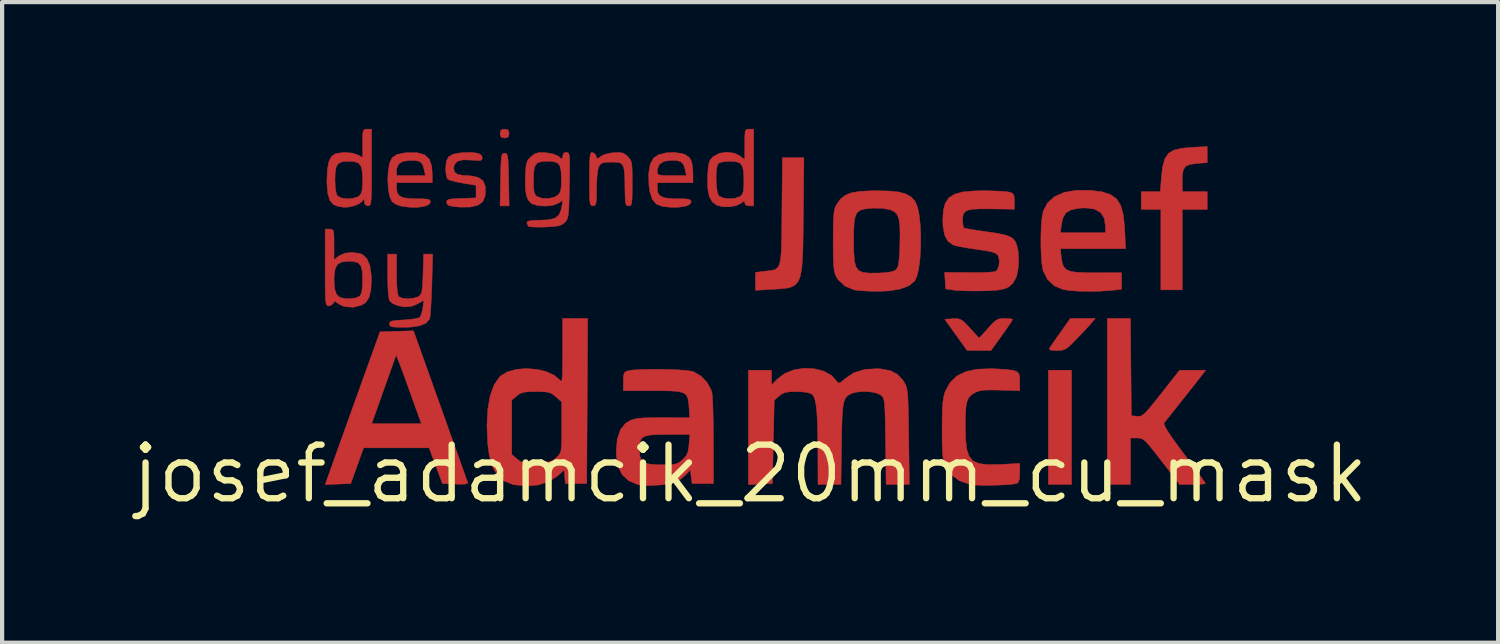
<source format=kicad_pcb>
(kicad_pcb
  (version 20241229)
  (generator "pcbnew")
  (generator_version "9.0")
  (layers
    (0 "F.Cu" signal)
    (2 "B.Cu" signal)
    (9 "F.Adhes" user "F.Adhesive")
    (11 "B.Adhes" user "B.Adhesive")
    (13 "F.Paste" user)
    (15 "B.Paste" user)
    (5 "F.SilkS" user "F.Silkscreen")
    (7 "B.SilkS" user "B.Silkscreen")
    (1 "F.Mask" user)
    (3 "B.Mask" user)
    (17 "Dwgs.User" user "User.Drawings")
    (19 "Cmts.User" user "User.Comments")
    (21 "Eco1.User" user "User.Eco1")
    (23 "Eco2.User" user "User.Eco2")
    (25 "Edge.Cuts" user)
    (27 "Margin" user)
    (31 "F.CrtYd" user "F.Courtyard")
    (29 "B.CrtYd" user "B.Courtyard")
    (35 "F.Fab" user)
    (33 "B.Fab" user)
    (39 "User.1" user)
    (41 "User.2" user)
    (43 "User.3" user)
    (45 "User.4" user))
  (footprint "josef_adamcik_20mm_cu_mask"
    (layer "F.Cu")
    (at 14.733 8.181)
    (property "Reference" "josef_adamcik_20mm_cu_mask" (at 0 0 0) (layer "F.SilkS") (effects (font (size 1.27 1.27) (thickness 0.15))))
    (attr through_hole)
    (fp_poly (pts (xy 7.62 0.254) (xy 7.07 0.254) (xy 7.07 -2.455) (xy 7.62 -2.455) (xy 7.62 0.254)) (stroke (width 0.01) (type solid)) (fill yes) (layer "F.Cu"))
    (fp_poly (pts (xy -5.74 -8.153) (xy -5.715 -8.084) (xy -5.715 -8.065) (xy -5.732 -7.984) (xy -5.801 -7.959) (xy -5.821 -7.959) (xy -5.901 -7.976) (xy -5.926 -8.045) (xy -5.927 -8.065) (xy -5.909 -8.145) (xy -5.84 -8.17) (xy -5.821 -8.17) (xy -5.74 -8.153)) (stroke (width 0.01) (type solid)) (fill yes) (layer "F.Cu"))
    (fp_poly (pts (xy -5.788 -7.594) (xy -5.765 -7.572) (xy -5.749 -7.52) (xy -5.738 -7.425) (xy -5.731 -7.274) (xy -5.726 -7.055) (xy -5.724 -6.974) (xy -5.713 -6.35) (xy -5.929 -6.35) (xy -5.917 -6.974) (xy -5.912 -7.216) (xy -5.906 -7.386) (xy -5.897 -7.496) (xy -5.883 -7.56) (xy -5.862 -7.59) (xy -5.832 -7.599) (xy -5.821 -7.599) (xy -5.788 -7.594)) (stroke (width 0.01) (type solid)) (fill yes) (layer "F.Cu"))
    (fp_poly (pts (xy 8.104 -3.588) (xy 8.04 -3.515) (xy 7.935 -3.401) (xy 7.807 -3.267) (xy 7.75 -3.207) (xy 7.618 -3.073) (xy 7.525 -2.989) (xy 7.45 -2.944) (xy 7.374 -2.925) (xy 7.278 -2.921) (xy 7.269 -2.921) (xy 7.145 -2.927) (xy 7.093 -2.947) (xy 7.096 -2.974) (xy 7.133 -3.03) (xy 7.206 -3.137) (xy 7.304 -3.276) (xy 7.36 -3.355) (xy 7.592 -3.683) (xy 8.183 -3.683) (xy 8.104 -3.588)) (stroke (width 0.01) (type solid)) (fill yes) (layer "F.Cu"))
    (fp_poly (pts (xy 6.148 -3.678) (xy 6.215 -3.665) (xy 6.223 -3.658) (xy 6.2 -3.615) (xy 6.137 -3.52) (xy 6.045 -3.387) (xy 5.966 -3.277) (xy 5.709 -2.921) (xy 5.426 -2.922) (xy 5.144 -2.924) (xy 4.878 -3.293) (xy 4.613 -3.662) (xy 4.805 -3.675) (xy 4.906 -3.678) (xy 4.981 -3.662) (xy 5.053 -3.616) (xy 5.145 -3.525) (xy 5.214 -3.451) (xy 5.43 -3.214) (xy 5.64 -3.448) (xy 5.752 -3.57) (xy 5.834 -3.64) (xy 5.91 -3.673) (xy 6.002 -3.683) (xy 6.036 -3.683) (xy 6.148 -3.678)) (stroke (width 0.01) (type solid)) (fill yes) (layer "F.Cu"))
    (fp_poly (pts (xy 10.837 -7.376) (xy 10.607 -7.357) (xy 10.431 -7.334) (xy 10.323 -7.287) (xy 10.267 -7.199) (xy 10.246 -7.053) (xy 10.245 -6.959) (xy 10.245 -6.689) (xy 10.837 -6.689) (xy 10.837 -6.265) (xy 10.245 -6.265) (xy 10.245 -4.36) (xy 9.737 -4.36) (xy 9.737 -6.265) (xy 9.271 -6.265) (xy 9.271 -6.689) (xy 9.724 -6.689) (xy 9.75 -7.021) (xy 9.779 -7.279) (xy 9.83 -7.465) (xy 9.914 -7.592) (xy 10.044 -7.672) (xy 10.233 -7.716) (xy 10.464 -7.737) (xy 10.837 -7.759) (xy 10.837 -7.376)) (stroke (width 0.01) (type solid)) (fill yes) (layer "F.Cu"))
    (fp_poly (pts (xy 1.262 -6.128) (xy 1.258 -5.702) (xy 1.252 -5.354) (xy 1.241 -5.074) (xy 1.222 -4.856) (xy 1.191 -4.69) (xy 1.145 -4.57) (xy 1.081 -4.488) (xy 0.996 -4.435) (xy 0.886 -4.403) (xy 0.748 -4.386) (xy 0.578 -4.375) (xy 0.525 -4.372) (xy 0.127 -4.348) (xy 0.127 -4.774) (xy 0.355 -4.802) (xy 0.461 -4.815) (xy 0.545 -4.828) (xy 0.611 -4.852) (xy 0.66 -4.895) (xy 0.696 -4.965) (xy 0.72 -5.072) (xy 0.735 -5.224) (xy 0.744 -5.431) (xy 0.748 -5.7) (xy 0.752 -6.042) (xy 0.753 -6.22) (xy 0.766 -7.493) (xy 1.275 -7.493) (xy 1.262 -6.128)) (stroke (width 0.01) (type solid)) (fill yes) (layer "F.Cu"))
    (fp_poly (pts (xy -7.892 -7.611) (xy -7.721 -7.563) (xy -7.61 -7.463) (xy -7.551 -7.304) (xy -7.535 -7.11) (xy -7.535 -6.9) (xy -8.382 -6.9) (xy -8.382 -6.776) (xy -8.367 -6.661) (xy -8.312 -6.585) (xy -8.207 -6.541) (xy -8.037 -6.522) (xy -7.913 -6.519) (xy -7.745 -6.517) (xy -7.644 -6.509) (xy -7.594 -6.489) (xy -7.578 -6.455) (xy -7.578 -6.44) (xy -7.616 -6.382) (xy -7.72 -6.34) (xy -7.87 -6.317) (xy -8.049 -6.316) (xy -8.238 -6.339) (xy -8.295 -6.351) (xy -8.41 -6.394) (xy -8.491 -6.453) (xy -8.495 -6.458) (xy -8.546 -6.578) (xy -8.579 -6.758) (xy -8.59 -6.975) (xy -8.581 -7.165) (xy -8.577 -7.191) (xy -8.382 -7.191) (xy -8.382 -7.07) (xy -7.698 -7.07) (xy -7.727 -7.207) (xy -7.764 -7.331) (xy -7.823 -7.398) (xy -7.928 -7.426) (xy -8.039 -7.429) (xy -8.22 -7.409) (xy -8.331 -7.346) (xy -8.379 -7.236) (xy -8.382 -7.191) (xy -8.577 -7.191) (xy -8.549 -7.362) (xy -8.486 -7.491) (xy -8.375 -7.567) (xy -8.203 -7.605) (xy -8.13 -7.612) (xy -7.892 -7.611)) (stroke (width 0.01) (type solid)) (fill yes) (layer "F.Cu"))
    (fp_poly (pts (xy -6.446 -7.597) (xy -6.367 -7.549) (xy -6.35 -7.493) (xy -6.358 -7.447) (xy -6.393 -7.426) (xy -6.477 -7.425) (xy -6.597 -7.435) (xy -6.803 -7.442) (xy -6.938 -7.409) (xy -7.011 -7.333) (xy -7.027 -7.242) (xy -7.007 -7.152) (xy -6.937 -7.098) (xy -6.804 -7.073) (xy -6.706 -7.07) (xy -6.566 -7.055) (xy -6.444 -7.024) (xy -6.33 -6.944) (xy -6.275 -6.804) (xy -6.279 -6.608) (xy -6.285 -6.576) (xy -6.34 -6.449) (xy -6.453 -6.366) (xy -6.628 -6.323) (xy -6.871 -6.32) (xy -7.059 -6.338) (xy -7.161 -6.366) (xy -7.196 -6.423) (xy -7.197 -6.436) (xy -7.188 -6.476) (xy -7.15 -6.501) (xy -7.068 -6.516) (xy -6.923 -6.525) (xy -6.847 -6.528) (xy -6.498 -6.54) (xy -6.498 -6.837) (xy -6.813 -6.889) (xy -6.971 -6.92) (xy -7.098 -6.953) (xy -7.169 -6.983) (xy -7.173 -6.986) (xy -7.199 -7.053) (xy -7.215 -7.17) (xy -7.218 -7.24) (xy -7.203 -7.404) (xy -7.149 -7.512) (xy -7.043 -7.575) (xy -6.871 -7.607) (xy -6.818 -7.612) (xy -6.595 -7.618) (xy -6.446 -7.597)) (stroke (width 0.01) (type solid)) (fill yes) (layer "F.Cu"))
    (fp_poly (pts (xy 9.027 -2.529) (xy 9.038 -1.376) (xy 9.174 -1.363) (xy 9.227 -1.361) (xy 9.277 -1.375) (xy 9.333 -1.413) (xy 9.405 -1.484) (xy 9.503 -1.598) (xy 9.636 -1.764) (xy 9.746 -1.902) (xy 10.181 -2.455) (xy 10.492 -2.455) (xy 10.802 -2.455) (xy 10.578 -2.17) (xy 10.442 -1.996) (xy 10.282 -1.795) (xy 10.13 -1.603) (xy 10.101 -1.566) (xy 9.988 -1.423) (xy 9.892 -1.302) (xy 9.827 -1.22) (xy 9.811 -1.199) (xy 9.821 -1.146) (xy 9.884 -1.032) (xy 10.001 -0.857) (xy 10.173 -0.619) (xy 10.284 -0.47) (xy 10.439 -0.262) (xy 10.576 -0.078) (xy 10.685 0.072) (xy 10.761 0.178) (xy 10.794 0.229) (xy 10.795 0.232) (xy 10.756 0.242) (xy 10.654 0.25) (xy 10.509 0.254) (xy 10.488 0.254) (xy 10.181 0.254) (xy 9.758 -0.296) (xy 9.6 -0.5) (xy 9.483 -0.646) (xy 9.398 -0.744) (xy 9.332 -0.804) (xy 9.278 -0.834) (xy 9.223 -0.845) (xy 9.176 -0.847) (xy 9.017 -0.847) (xy 9.017 0.254) (xy 8.467 0.254) (xy 8.467 -3.683) (xy 9.016 -3.683) (xy 9.027 -2.529)) (stroke (width 0.01) (type solid)) (fill yes) (layer "F.Cu"))
    (fp_poly (pts (xy -1.61 -7.59) (xy -1.527 -7.558) (xy -1.439 -7.493) (xy -1.386 -7.397) (xy -1.36 -7.252) (xy -1.355 -7.101) (xy -1.355 -6.9) (xy -2.201 -6.9) (xy -2.201 -6.776) (xy -2.186 -6.661) (xy -2.132 -6.585) (xy -2.026 -6.541) (xy -1.856 -6.522) (xy -1.733 -6.519) (xy -1.564 -6.517) (xy -1.463 -6.509) (xy -1.414 -6.489) (xy -1.398 -6.455) (xy -1.397 -6.44) (xy -1.436 -6.381) (xy -1.543 -6.34) (xy -1.701 -6.318) (xy -1.896 -6.318) (xy -2.08 -6.337) (xy -2.22 -6.391) (xy -2.318 -6.505) (xy -2.378 -6.687) (xy -2.399 -6.842) (xy -2.405 -7.123) (xy -2.397 -7.167) (xy -2.201 -7.167) (xy -2.197 -7.119) (xy -2.172 -7.09) (xy -2.109 -7.075) (xy -1.991 -7.07) (xy -1.857 -7.07) (xy -1.513 -7.07) (xy -1.541 -7.206) (xy -1.577 -7.328) (xy -1.638 -7.396) (xy -1.745 -7.425) (xy -1.868 -7.429) (xy -2.044 -7.407) (xy -2.152 -7.337) (xy -2.199 -7.216) (xy -2.201 -7.167) (xy -2.397 -7.167) (xy -2.369 -7.335) (xy -2.291 -7.48) (xy -2.179 -7.56) (xy -1.998 -7.607) (xy -1.796 -7.617) (xy -1.61 -7.59)) (stroke (width 0.01) (type solid)) (fill yes) (layer "F.Cu"))
    (fp_poly (pts (xy -7.348 -1.62) (xy -7.216 -1.251) (xy -7.093 -0.905) (xy -6.981 -0.592) (xy -6.883 -0.319) (xy -6.803 -0.094) (xy -6.744 0.073) (xy -6.707 0.175) (xy -6.697 0.203) (xy -6.706 0.232) (xy -6.768 0.246) (xy -6.894 0.248) (xy -6.986 0.245) (xy -7.295 0.233) (xy -7.453 -0.191) (xy -7.611 -0.614) (xy -9.163 -0.614) (xy -9.467 0.233) (xy -10.075 0.258) (xy -9.927 -0.157) (xy -9.877 -0.297) (xy -9.803 -0.505) (xy -9.709 -0.766) (xy -9.601 -1.068) (xy -9.559 -1.185) (xy -8.972 -1.185) (xy -7.793 -1.185) (xy -7.851 -1.344) (xy -7.887 -1.444) (xy -7.944 -1.603) (xy -8.015 -1.8) (xy -8.091 -2.013) (xy -8.098 -2.032) (xy -8.174 -2.241) (xy -8.244 -2.433) (xy -8.301 -2.586) (xy -8.338 -2.682) (xy -8.34 -2.688) (xy -8.392 -2.815) (xy -8.467 -2.603) (xy -8.509 -2.487) (xy -8.571 -2.311) (xy -8.648 -2.097) (xy -8.73 -1.867) (xy -8.757 -1.789) (xy -8.972 -1.185) (xy -9.559 -1.185) (xy -9.483 -1.398) (xy -9.359 -1.742) (xy -9.278 -1.968) (xy -8.775 -3.365) (xy -8.378 -3.377) (xy -7.98 -3.389) (xy -7.348 -1.62)) (stroke (width 0.01) (type solid)) (fill yes) (layer "F.Cu"))
    (fp_poly (pts (xy 8.077 -6.718) (xy 8.342 -6.684) (xy 8.542 -6.621) (xy 8.686 -6.518) (xy 8.784 -6.364) (xy 8.845 -6.151) (xy 8.876 -5.867) (xy 8.88 -5.797) (xy 8.902 -5.334) (xy 7.355 -5.334) (xy 7.377 -5.139) (xy 7.398 -5.005) (xy 7.434 -4.907) (xy 7.496 -4.84) (xy 7.598 -4.798) (xy 7.751 -4.775) (xy 7.967 -4.766) (xy 8.193 -4.765) (xy 8.805 -4.767) (xy 8.805 -4.372) (xy 8.545 -4.345) (xy 8.308 -4.328) (xy 8.048 -4.323) (xy 7.794 -4.328) (xy 7.572 -4.344) (xy 7.421 -4.367) (xy 7.212 -4.455) (xy 7.049 -4.607) (xy 6.947 -4.811) (xy 6.942 -4.829) (xy 6.917 -4.974) (xy 6.901 -5.177) (xy 6.893 -5.413) (xy 6.894 -5.66) (xy 6.896 -5.715) (xy 7.354 -5.715) (xy 8.424 -5.715) (xy 8.424 -5.861) (xy 8.396 -6.056) (xy 8.308 -6.193) (xy 8.16 -6.275) (xy 7.948 -6.302) (xy 7.797 -6.294) (xy 7.608 -6.257) (xy 7.486 -6.184) (xy 7.414 -6.06) (xy 7.382 -5.915) (xy 7.354 -5.715) (xy 6.896 -5.715) (xy 6.903 -5.892) (xy 6.921 -6.087) (xy 6.945 -6.216) (xy 7.048 -6.418) (xy 7.216 -6.57) (xy 7.449 -6.672) (xy 7.743 -6.721) (xy 8.077 -6.718)) (stroke (width 0.01) (type solid)) (fill yes) (layer "F.Cu"))
    (fp_poly (pts (xy -8.382 -4.729) (xy -8.377 -4.475) (xy -8.362 -4.301) (xy -8.338 -4.209) (xy -8.331 -4.199) (xy -8.247 -4.163) (xy -8.118 -4.15) (xy -7.98 -4.162) (xy -7.869 -4.197) (xy -7.85 -4.209) (xy -7.813 -4.246) (xy -7.788 -4.304) (xy -7.772 -4.401) (xy -7.761 -4.551) (xy -7.754 -4.738) (xy -7.74 -5.207) (xy -7.525 -5.207) (xy -7.545 -4.477) (xy -7.554 -4.232) (xy -7.565 -4.013) (xy -7.577 -3.835) (xy -7.589 -3.715) (xy -7.598 -3.671) (xy -7.68 -3.573) (xy -7.832 -3.508) (xy -8.056 -3.476) (xy -8.211 -3.471) (xy -8.38 -3.473) (xy -8.482 -3.482) (xy -8.533 -3.501) (xy -8.55 -3.534) (xy -8.551 -3.552) (xy -8.542 -3.592) (xy -8.503 -3.618) (xy -8.417 -3.634) (xy -8.267 -3.644) (xy -8.215 -3.647) (xy -8.05 -3.66) (xy -7.916 -3.68) (xy -7.838 -3.704) (xy -7.83 -3.71) (xy -7.795 -3.779) (xy -7.765 -3.896) (xy -7.759 -3.937) (xy -7.734 -4.116) (xy -7.836 -4.053) (xy -7.959 -3.993) (xy -8.056 -3.962) (xy -8.192 -3.955) (xy -8.341 -3.982) (xy -8.47 -4.034) (xy -8.549 -4.102) (xy -8.551 -4.105) (xy -8.567 -4.177) (xy -8.581 -4.315) (xy -8.59 -4.497) (xy -8.594 -4.696) (xy -8.594 -5.207) (xy -8.382 -5.207) (xy -8.382 -4.729)) (stroke (width 0.01) (type solid)) (fill yes) (layer "F.Cu"))
    (fp_poly (pts (xy 0.085 -6.35) (xy -0.021 -6.35) (xy -0.108 -6.373) (xy -0.127 -6.42) (xy -0.133 -6.467) (xy -0.166 -6.454) (xy -0.204 -6.42) (xy -0.322 -6.359) (xy -0.484 -6.328) (xy -0.655 -6.331) (xy -0.789 -6.367) (xy -0.899 -6.447) (xy -0.97 -6.577) (xy -1.006 -6.766) (xy -1.009 -6.988) (xy -0.807 -6.988) (xy -0.798 -6.823) (xy -0.777 -6.683) (xy -0.745 -6.594) (xy -0.738 -6.586) (xy -0.643 -6.539) (xy -0.505 -6.521) (xy -0.359 -6.531) (xy -0.242 -6.571) (xy -0.23 -6.579) (xy -0.187 -6.625) (xy -0.161 -6.697) (xy -0.15 -6.816) (xy -0.148 -6.954) (xy -0.155 -7.156) (xy -0.183 -7.288) (xy -0.242 -7.365) (xy -0.343 -7.4) (xy -0.484 -7.408) (xy -0.619 -7.399) (xy -0.722 -7.375) (xy -0.754 -7.358) (xy -0.785 -7.282) (xy -0.803 -7.149) (xy -0.807 -6.988) (xy -1.009 -6.988) (xy -1.01 -7.023) (xy -1.007 -7.082) (xy -0.994 -7.257) (xy -0.975 -7.37) (xy -0.943 -7.445) (xy -0.892 -7.504) (xy -0.872 -7.521) (xy -0.725 -7.598) (xy -0.544 -7.624) (xy -0.364 -7.597) (xy -0.239 -7.532) (xy -0.127 -7.445) (xy -0.127 -7.807) (xy -0.126 -7.983) (xy -0.12 -8.09) (xy -0.104 -8.146) (xy -0.073 -8.167) (xy -0.022 -8.17) (xy 0.085 -8.17) (xy 0.085 -6.35)) (stroke (width 0.01) (type solid)) (fill yes) (layer "F.Cu"))
    (fp_poly (pts (xy -9.918 -5.796) (xy -9.887 -5.775) (xy -9.871 -5.72) (xy -9.865 -5.614) (xy -9.864 -5.44) (xy -9.864 -5.074) (xy -9.752 -5.162) (xy -9.61 -5.228) (xy -9.432 -5.248) (xy -9.255 -5.222) (xy -9.186 -5.195) (xy -9.083 -5.096) (xy -9.013 -4.927) (xy -8.98 -4.694) (xy -8.977 -4.614) (xy -8.99 -4.362) (xy -9.034 -4.179) (xy -9.114 -4.058) (xy -9.209 -3.997) (xy -9.405 -3.946) (xy -9.609 -3.962) (xy -9.631 -3.967) (xy -9.735 -4.013) (xy -9.784 -4.049) (xy -9.841 -4.088) (xy -9.871 -4.062) (xy -9.878 -4.045) (xy -9.936 -3.991) (xy -9.989 -3.979) (xy -10.018 -3.982) (xy -10.039 -3.998) (xy -10.054 -4.037) (xy -10.064 -4.11) (xy -10.071 -4.228) (xy -10.074 -4.4) (xy -10.075 -4.593) (xy -9.864 -4.593) (xy -9.851 -4.39) (xy -9.808 -4.257) (xy -9.725 -4.181) (xy -9.593 -4.151) (xy -9.526 -4.149) (xy -9.36 -4.165) (xy -9.257 -4.211) (xy -9.253 -4.215) (xy -9.214 -4.285) (xy -9.193 -4.407) (xy -9.186 -4.593) (xy -9.194 -4.793) (xy -9.225 -4.923) (xy -9.29 -4.998) (xy -9.4 -5.031) (xy -9.526 -5.038) (xy -9.68 -5.021) (xy -9.781 -4.965) (xy -9.839 -4.855) (xy -9.862 -4.681) (xy -9.864 -4.593) (xy -10.075 -4.593) (xy -10.075 -4.638) (xy -10.075 -4.889) (xy -10.075 -5.8) (xy -9.97 -5.8) (xy -9.918 -5.796)) (stroke (width 0.01) (type solid)) (fill yes) (layer "F.Cu"))
    (fp_poly (pts (xy -3.679 -7.584) (xy -3.652 -7.534) (xy -3.63 -7.475) (xy -3.594 -7.482) (xy -3.55 -7.52) (xy -3.455 -7.568) (xy -3.309 -7.603) (xy -3.241 -7.611) (xy -3.1 -7.617) (xy -3.01 -7.601) (xy -2.937 -7.554) (xy -2.903 -7.521) (xy -2.858 -7.472) (xy -2.827 -7.421) (xy -2.808 -7.351) (xy -2.798 -7.245) (xy -2.795 -7.086) (xy -2.794 -6.881) (xy -2.795 -6.661) (xy -2.799 -6.512) (xy -2.807 -6.42) (xy -2.824 -6.371) (xy -2.85 -6.353) (xy -2.879 -6.35) (xy -2.918 -6.356) (xy -2.943 -6.385) (xy -2.957 -6.452) (xy -2.964 -6.572) (xy -2.968 -6.762) (xy -2.968 -6.763) (xy -2.971 -7.004) (xy -2.981 -7.174) (xy -3.004 -7.284) (xy -3.046 -7.348) (xy -3.113 -7.378) (xy -3.211 -7.387) (xy -3.281 -7.387) (xy -3.425 -7.383) (xy -3.51 -7.366) (xy -3.559 -7.327) (xy -3.586 -7.281) (xy -3.613 -7.183) (xy -3.631 -7.019) (xy -3.64 -6.809) (xy -3.64 -6.763) (xy -3.642 -6.573) (xy -3.648 -6.452) (xy -3.661 -6.385) (xy -3.686 -6.356) (xy -3.724 -6.35) (xy -3.725 -6.35) (xy -3.758 -6.354) (xy -3.781 -6.375) (xy -3.796 -6.425) (xy -3.805 -6.517) (xy -3.809 -6.664) (xy -3.81 -6.877) (xy -3.81 -6.985) (xy -3.809 -7.232) (xy -3.805 -7.406) (xy -3.797 -7.52) (xy -3.784 -7.585) (xy -3.764 -7.615) (xy -3.743 -7.62) (xy -3.679 -7.584)) (stroke (width 0.01) (type solid)) (fill yes) (layer "F.Cu"))
    (fp_poly (pts (xy 5.863 -2.485) (xy 6.082 -2.471) (xy 6.231 -2.452) (xy 6.322 -2.423) (xy 6.37 -2.375) (xy 6.389 -2.3) (xy 6.392 -2.19) (xy 6.392 -2.186) (xy 6.392 -1.967) (xy 5.933 -1.983) (xy 5.708 -1.987) (xy 5.549 -1.982) (xy 5.436 -1.965) (xy 5.351 -1.935) (xy 5.342 -1.93) (xy 5.251 -1.875) (xy 5.186 -1.808) (xy 5.143 -1.716) (xy 5.117 -1.583) (xy 5.105 -1.396) (xy 5.102 -1.139) (xy 5.102 -1.122) (xy 5.109 -0.816) (xy 5.135 -0.584) (xy 5.189 -0.418) (xy 5.28 -0.307) (xy 5.418 -0.244) (xy 5.611 -0.217) (xy 5.87 -0.218) (xy 5.976 -0.223) (xy 6.392 -0.246) (xy 6.392 -0.022) (xy 6.383 0.128) (xy 6.354 0.208) (xy 6.329 0.227) (xy 6.239 0.245) (xy 6.088 0.259) (xy 5.898 0.269) (xy 5.692 0.274) (xy 5.495 0.274) (xy 5.328 0.267) (xy 5.215 0.254) (xy 5.215 0.254) (xy 4.958 0.164) (xy 4.764 0.019) (xy 4.641 -0.166) (xy 4.607 -0.247) (xy 4.582 -0.332) (xy 4.566 -0.437) (xy 4.557 -0.577) (xy 4.552 -0.768) (xy 4.551 -1.027) (xy 4.551 -1.058) (xy 4.552 -1.337) (xy 4.558 -1.546) (xy 4.57 -1.702) (xy 4.588 -1.821) (xy 4.614 -1.919) (xy 4.628 -1.956) (xy 4.74 -2.163) (xy 4.899 -2.317) (xy 5.113 -2.422) (xy 5.385 -2.479) (xy 5.724 -2.491) (xy 5.863 -2.485)) (stroke (width 0.01) (type solid)) (fill yes) (layer "F.Cu"))
    (fp_poly (pts (xy -8.975 -7.26) (xy -8.975 -6.961) (xy -8.976 -6.735) (xy -8.98 -6.573) (xy -8.987 -6.465) (xy -8.998 -6.398) (xy -9.015 -6.364) (xy -9.037 -6.352) (xy -9.059 -6.35) (xy -9.129 -6.378) (xy -9.145 -6.445) (xy -9.151 -6.509) (xy -9.173 -6.494) (xy -9.189 -6.468) (xy -9.256 -6.41) (xy -9.366 -6.359) (xy -9.389 -6.352) (xy -9.525 -6.321) (xy -9.638 -6.318) (xy -9.768 -6.337) (xy -9.884 -6.386) (xy -9.965 -6.485) (xy -10.013 -6.645) (xy -10.032 -6.874) (xy -10.033 -6.95) (xy -10.032 -6.964) (xy -9.842 -6.964) (xy -9.833 -6.762) (xy -9.806 -6.629) (xy -9.784 -6.589) (xy -9.697 -6.54) (xy -9.564 -6.519) (xy -9.42 -6.527) (xy -9.3 -6.565) (xy -9.264 -6.589) (xy -9.221 -6.647) (xy -9.197 -6.737) (xy -9.187 -6.881) (xy -9.186 -6.967) (xy -9.195 -7.167) (xy -9.226 -7.296) (xy -9.292 -7.37) (xy -9.403 -7.403) (xy -9.523 -7.408) (xy -9.667 -7.398) (xy -9.761 -7.356) (xy -9.814 -7.27) (xy -9.838 -7.126) (xy -9.842 -6.964) (xy -10.032 -6.964) (xy -10.022 -7.212) (xy -9.986 -7.4) (xy -9.924 -7.522) (xy -9.832 -7.587) (xy -9.812 -7.593) (xy -9.622 -7.618) (xy -9.431 -7.602) (xy -9.303 -7.559) (xy -9.186 -7.498) (xy -9.186 -7.834) (xy -9.185 -8.001) (xy -9.178 -8.101) (xy -9.16 -8.151) (xy -9.124 -8.168) (xy -9.081 -8.17) (xy -8.975 -8.17) (xy -8.975 -7.26)) (stroke (width 0.01) (type solid)) (fill yes) (layer "F.Cu"))
    (fp_poly (pts (xy -3.862 -1.725) (xy -3.873 0.233) (xy -4.381 0.233) (xy -4.395 0.072) (xy -4.408 -0.09) (xy -4.57 0.056) (xy -4.772 0.186) (xy -5.024 0.266) (xy -5.306 0.292) (xy -5.597 0.26) (xy -5.625 0.254) (xy -5.831 0.173) (xy -5.991 0.034) (xy -6.108 -0.167) (xy -6.184 -0.436) (xy -6.219 -0.696) (xy -6.239 -1.141) (xy -6.219 -1.529) (xy -6.182 -1.743) (xy -5.652 -1.743) (xy -5.652 -0.458) (xy -5.528 -0.352) (xy -5.46 -0.3) (xy -5.391 -0.269) (xy -5.298 -0.257) (xy -5.157 -0.257) (xy -5.053 -0.261) (xy -4.874 -0.271) (xy -4.757 -0.287) (xy -4.677 -0.317) (xy -4.611 -0.366) (xy -4.584 -0.393) (xy -4.537 -0.441) (xy -4.505 -0.489) (xy -4.484 -0.551) (xy -4.473 -0.644) (xy -4.468 -0.782) (xy -4.466 -0.982) (xy -4.466 -1.105) (xy -4.466 -1.7) (xy -4.604 -1.824) (xy -4.681 -1.886) (xy -4.755 -1.923) (xy -4.851 -1.941) (xy -4.996 -1.947) (xy -5.078 -1.947) (xy -5.255 -1.944) (xy -5.372 -1.931) (xy -5.454 -1.902) (xy -5.525 -1.852) (xy -5.533 -1.845) (xy -5.652 -1.743) (xy -6.182 -1.743) (xy -6.162 -1.855) (xy -6.067 -2.113) (xy -5.935 -2.3) (xy -5.92 -2.315) (xy -5.758 -2.415) (xy -5.545 -2.474) (xy -5.305 -2.494) (xy -5.058 -2.475) (xy -4.828 -2.42) (xy -4.635 -2.329) (xy -4.52 -2.229) (xy -4.494 -2.2) (xy -4.475 -2.196) (xy -4.462 -2.226) (xy -4.454 -2.299) (xy -4.449 -2.427) (xy -4.447 -2.618) (xy -4.446 -2.883) (xy -4.446 -2.91) (xy -4.445 -3.683) (xy -3.851 -3.683) (xy -3.862 -1.725)) (stroke (width 0.01) (type solid)) (fill yes) (layer "F.Cu"))
    (fp_poly (pts (xy 5.735 -6.706) (xy 5.924 -6.698) (xy 6.071 -6.688) (xy 6.149 -6.676) (xy 6.222 -6.647) (xy 6.256 -6.594) (xy 6.265 -6.49) (xy 6.265 -6.458) (xy 6.265 -6.271) (xy 5.722 -6.279) (xy 5.466 -6.28) (xy 5.283 -6.271) (xy 5.161 -6.248) (xy 5.087 -6.207) (xy 5.05 -6.141) (xy 5.038 -6.047) (xy 5.038 -6.009) (xy 5.045 -5.9) (xy 5.064 -5.833) (xy 5.07 -5.827) (xy 5.122 -5.814) (xy 5.241 -5.792) (xy 5.408 -5.766) (xy 5.603 -5.738) (xy 5.85 -5.701) (xy 6.027 -5.666) (xy 6.148 -5.626) (xy 6.229 -5.577) (xy 6.282 -5.511) (xy 6.315 -5.443) (xy 6.352 -5.292) (xy 6.366 -5.098) (xy 6.357 -4.895) (xy 6.327 -4.717) (xy 6.293 -4.625) (xy 6.225 -4.514) (xy 6.143 -4.436) (xy 6.034 -4.385) (xy 5.88 -4.354) (xy 5.667 -4.339) (xy 5.508 -4.335) (xy 5.291 -4.333) (xy 5.084 -4.337) (xy 4.915 -4.345) (xy 4.826 -4.354) (xy 4.636 -4.381) (xy 4.61 -4.775) (xy 5.202 -4.769) (xy 5.45 -4.769) (xy 5.646 -4.776) (xy 5.779 -4.789) (xy 5.839 -4.806) (xy 5.893 -4.907) (xy 5.91 -5.039) (xy 5.886 -5.158) (xy 5.872 -5.182) (xy 5.823 -5.223) (xy 5.734 -5.257) (xy 5.59 -5.288) (xy 5.377 -5.318) (xy 5.372 -5.319) (xy 5.175 -5.348) (xy 4.997 -5.379) (xy 4.864 -5.408) (xy 4.813 -5.424) (xy 4.691 -5.51) (xy 4.612 -5.654) (xy 4.573 -5.864) (xy 4.567 -6.01) (xy 4.58 -6.239) (xy 4.626 -6.415) (xy 4.713 -6.543) (xy 4.851 -6.629) (xy 5.049 -6.682) (xy 5.315 -6.705) (xy 5.524 -6.709) (xy 5.735 -6.706)) (stroke (width 0.01) (type solid)) (fill yes) (layer "F.Cu"))
    (fp_poly (pts (xy 1.516 -2.491) (xy 1.737 -2.436) (xy 1.923 -2.336) (xy 2.056 -2.192) (xy 2.064 -2.179) (xy 2.095 -2.148) (xy 2.144 -2.164) (xy 2.228 -2.233) (xy 2.255 -2.258) (xy 2.461 -2.395) (xy 2.72 -2.474) (xy 3.024 -2.491) (xy 3.102 -2.485) (xy 3.326 -2.444) (xy 3.493 -2.357) (xy 3.625 -2.214) (xy 3.662 -2.155) (xy 3.687 -2.106) (xy 3.708 -2.049) (xy 3.723 -1.973) (xy 3.735 -1.868) (xy 3.743 -1.723) (xy 3.75 -1.527) (xy 3.755 -1.27) (xy 3.759 -0.94) (xy 3.76 -0.878) (xy 3.774 0.254) (xy 3.224 0.254) (xy 3.21 -0.766) (xy 3.206 -1.085) (xy 3.201 -1.331) (xy 3.195 -1.513) (xy 3.187 -1.643) (xy 3.176 -1.731) (xy 3.16 -1.789) (xy 3.139 -1.826) (xy 3.111 -1.854) (xy 3.096 -1.866) (xy 2.987 -1.916) (xy 2.827 -1.944) (xy 2.65 -1.949) (xy 2.486 -1.929) (xy 2.402 -1.902) (xy 2.335 -1.867) (xy 2.283 -1.824) (xy 2.243 -1.761) (xy 2.215 -1.67) (xy 2.195 -1.538) (xy 2.182 -1.356) (xy 2.174 -1.114) (xy 2.168 -0.799) (xy 2.167 -0.709) (xy 2.153 0.254) (xy 1.609 0.254) (xy 1.606 -0.561) (xy 1.602 -0.938) (xy 1.594 -1.239) (xy 1.58 -1.472) (xy 1.56 -1.646) (xy 1.533 -1.769) (xy 1.497 -1.849) (xy 1.459 -1.89) (xy 1.366 -1.924) (xy 1.211 -1.944) (xy 1.095 -1.947) (xy 0.929 -1.942) (xy 0.819 -1.923) (xy 0.735 -1.881) (xy 0.69 -1.845) (xy 0.572 -1.743) (xy 0.55 -0.755) (xy 0.529 0.233) (xy 0.243 0.245) (xy -0.042 0.258) (xy -0.042 -2.455) (xy 0.508 -2.455) (xy 0.508 -2.104) (xy 0.65 -2.25) (xy 0.827 -2.381) (xy 1.043 -2.465) (xy 1.278 -2.501) (xy 1.516 -2.491)) (stroke (width 0.01) (type solid)) (fill yes) (layer "F.Cu"))
    (fp_poly (pts (xy 3.298 -6.702) (xy 3.521 -6.679) (xy 3.686 -6.636) (xy 3.807 -6.57) (xy 3.897 -6.477) (xy 3.916 -6.449) (xy 3.97 -6.319) (xy 4.009 -6.126) (xy 4.034 -5.888) (xy 4.046 -5.624) (xy 4.043 -5.353) (xy 4.027 -5.093) (xy 3.997 -4.863) (xy 3.954 -4.681) (xy 3.904 -4.574) (xy 3.768 -4.459) (xy 3.558 -4.379) (xy 3.276 -4.334) (xy 3.006 -4.324) (xy 2.812 -4.329) (xy 2.636 -4.339) (xy 2.504 -4.352) (xy 2.467 -4.359) (xy 2.248 -4.449) (xy 2.086 -4.6) (xy 2.043 -4.668) (xy 2.015 -4.731) (xy 1.995 -4.812) (xy 1.981 -4.923) (xy 1.973 -5.08) (xy 1.969 -5.296) (xy 1.968 -5.524) (xy 1.969 -5.529) (xy 2.455 -5.529) (xy 2.458 -5.252) (xy 2.473 -5.049) (xy 2.507 -4.909) (xy 2.572 -4.82) (xy 2.674 -4.773) (xy 2.824 -4.756) (xy 3.029 -4.758) (xy 3.083 -4.76) (xy 3.276 -4.775) (xy 3.401 -4.804) (xy 3.464 -4.843) (xy 3.496 -4.892) (xy 3.519 -4.975) (xy 3.535 -5.106) (xy 3.546 -5.3) (xy 3.549 -5.41) (xy 3.554 -5.688) (xy 3.548 -5.894) (xy 3.526 -6.042) (xy 3.487 -6.142) (xy 3.425 -6.208) (xy 3.339 -6.252) (xy 3.321 -6.258) (xy 3.141 -6.293) (xy 2.916 -6.297) (xy 2.88 -6.294) (xy 2.726 -6.278) (xy 2.615 -6.249) (xy 2.539 -6.195) (xy 2.492 -6.102) (xy 2.467 -5.96) (xy 2.457 -5.755) (xy 2.455 -5.529) (xy 1.969 -5.529) (xy 1.969 -5.793) (xy 1.973 -5.991) (xy 1.981 -6.134) (xy 1.995 -6.236) (xy 2.015 -6.311) (xy 2.044 -6.374) (xy 2.054 -6.392) (xy 2.141 -6.513) (xy 2.251 -6.6) (xy 2.397 -6.659) (xy 2.593 -6.693) (xy 2.853 -6.708) (xy 3.006 -6.709) (xy 3.298 -6.702)) (stroke (width 0.01) (type solid)) (fill yes) (layer "F.Cu"))
    (fp_poly (pts (xy -1.914 -2.471) (xy -1.691 -2.462) (xy -1.506 -2.448) (xy -1.377 -2.429) (xy -1.346 -2.421) (xy -1.173 -2.321) (xy -1.024 -2.168) (xy -0.924 -1.988) (xy -0.904 -1.916) (xy -0.894 -1.829) (xy -0.886 -1.671) (xy -0.879 -1.457) (xy -0.874 -1.201) (xy -0.87 -0.919) (xy -0.87 -0.762) (xy -0.868 0.233) (xy -1.376 0.233) (xy -1.418 -0.092) (xy -1.524 0.023) (xy -1.638 0.121) (xy -1.766 0.196) (xy -1.767 0.196) (xy -1.905 0.235) (xy -2.096 0.263) (xy -2.305 0.277) (xy -2.502 0.277) (xy -2.654 0.259) (xy -2.662 0.257) (xy -2.878 0.167) (xy -3.033 0.023) (xy -3.131 -0.18) (xy -3.172 -0.445) (xy -3.174 -0.529) (xy -3.171 -0.567) (xy -2.625 -0.567) (xy -2.614 -0.419) (xy -2.575 -0.318) (xy -2.493 -0.256) (xy -2.357 -0.223) (xy -2.153 -0.212) (xy -2.087 -0.212) (xy -1.91 -0.214) (xy -1.794 -0.225) (xy -1.713 -0.25) (xy -1.643 -0.297) (xy -1.603 -0.332) (xy -1.521 -0.418) (xy -1.476 -0.512) (xy -1.453 -0.648) (xy -1.449 -0.691) (xy -1.429 -0.931) (xy -1.949 -0.931) (xy -2.203 -0.929) (xy -2.383 -0.916) (xy -2.504 -0.886) (xy -2.576 -0.834) (xy -2.612 -0.752) (xy -2.624 -0.634) (xy -2.625 -0.567) (xy -3.171 -0.567) (xy -3.15 -0.818) (xy -3.077 -1.038) (xy -2.957 -1.193) (xy -2.848 -1.261) (xy -2.766 -1.291) (xy -2.662 -1.311) (xy -2.521 -1.324) (xy -2.327 -1.33) (xy -2.065 -1.331) (xy -2.059 -1.331) (xy -1.43 -1.328) (xy -1.448 -1.575) (xy -1.46 -1.71) (xy -1.482 -1.81) (xy -1.525 -1.88) (xy -1.6 -1.925) (xy -1.718 -1.952) (xy -1.892 -1.964) (xy -2.133 -1.968) (xy -2.309 -1.968) (xy -3.006 -1.968) (xy -3.006 -2.19) (xy -3.002 -2.321) (xy -2.983 -2.392) (xy -2.938 -2.427) (xy -2.889 -2.443) (xy -2.778 -2.46) (xy -2.606 -2.47) (xy -2.391 -2.476) (xy -2.154 -2.476) (xy -1.914 -2.471)) (stroke (width 0.01) (type solid)) (fill yes) (layer "F.Cu"))
    (fp_poly (pts (xy -4.327 -7.617) (xy -4.305 -7.601) (xy -4.29 -7.561) (xy -4.281 -7.484) (xy -4.278 -7.361) (xy -4.279 -7.178) (xy -4.282 -6.926) (xy -4.284 -6.838) (xy -4.289 -6.562) (xy -4.295 -6.357) (xy -4.303 -6.212) (xy -4.315 -6.113) (xy -4.332 -6.047) (xy -4.356 -6.001) (xy -4.389 -5.963) (xy -4.393 -5.959) (xy -4.453 -5.911) (xy -4.528 -5.88) (xy -4.641 -5.862) (xy -4.813 -5.851) (xy -4.859 -5.849) (xy -5.029 -5.846) (xy -5.165 -5.85) (xy -5.247 -5.861) (xy -5.26 -5.867) (xy -5.29 -5.935) (xy -5.292 -5.955) (xy -5.267 -5.986) (xy -5.186 -6.004) (xy -5.037 -6.011) (xy -4.979 -6.011) (xy -4.767 -6.022) (xy -4.624 -6.061) (xy -4.533 -6.136) (xy -4.481 -6.257) (xy -4.468 -6.321) (xy -4.44 -6.482) (xy -4.545 -6.414) (xy -4.675 -6.364) (xy -4.846 -6.345) (xy -5.021 -6.355) (xy -5.162 -6.396) (xy -5.185 -6.409) (xy -5.26 -6.485) (xy -5.307 -6.604) (xy -5.33 -6.778) (xy -5.33 -6.956) (xy -5.136 -6.956) (xy -5.133 -6.783) (xy -5.119 -6.674) (xy -5.091 -6.609) (xy -5.058 -6.577) (xy -4.933 -6.529) (xy -4.777 -6.524) (xy -4.631 -6.561) (xy -4.57 -6.597) (xy -4.519 -6.649) (xy -4.49 -6.718) (xy -4.478 -6.827) (xy -4.475 -6.976) (xy -4.482 -7.172) (xy -4.51 -7.299) (xy -4.57 -7.371) (xy -4.674 -7.402) (xy -4.805 -7.408) (xy -4.952 -7.4) (xy -5.049 -7.365) (xy -5.104 -7.289) (xy -5.13 -7.158) (xy -5.136 -6.957) (xy -5.136 -6.956) (xy -5.33 -6.956) (xy -5.33 -7.019) (xy -5.327 -7.095) (xy -5.316 -7.264) (xy -5.297 -7.372) (xy -5.264 -7.445) (xy -5.207 -7.506) (xy -5.188 -7.523) (xy -5.1 -7.587) (xy -5.01 -7.614) (xy -4.881 -7.614) (xy -4.84 -7.611) (xy -4.671 -7.581) (xy -4.549 -7.53) (xy -4.53 -7.515) (xy -4.469 -7.464) (xy -4.447 -7.474) (xy -4.445 -7.529) (xy -4.419 -7.603) (xy -4.358 -7.62) (xy -4.327 -7.617)) (stroke (width 0.01) (type solid)) (fill yes) (layer "F.Cu"))
    (fp_poly (pts (xy 7.62 0.254) (xy 7.027 0.254) (xy 7.027 -2.413) (xy 7.62 -2.413) (xy 7.62 0.254)) (stroke (width 0.01) (type solid)) (fill yes) (layer "F.Mask"))
    (fp_poly (pts (xy -5.785 -8.159) (xy -5.76 -8.108) (xy -5.757 -8.046) (xy -5.768 -7.954) (xy -5.814 -7.92) (xy -5.866 -7.916) (xy -5.943 -7.929) (xy -5.965 -7.983) (xy -5.961 -8.033) (xy -5.926 -8.128) (xy -5.853 -8.163) (xy -5.785 -8.159)) (stroke (width 0.01) (type solid)) (fill yes) (layer "F.Mask"))
    (fp_poly (pts (xy 7.996 -3.677) (xy 8.094 -3.663) (xy 8.128 -3.644) (xy 8.101 -3.599) (xy 8.026 -3.508) (xy 7.917 -3.383) (xy 7.806 -3.263) (xy 7.664 -3.114) (xy 7.564 -3.016) (xy 7.488 -2.959) (xy 7.42 -2.931) (xy 7.343 -2.922) (xy 7.277 -2.921) (xy 7.158 -2.925) (xy 7.083 -2.934) (xy 7.07 -2.941) (xy 7.093 -2.982) (xy 7.155 -3.076) (xy 7.247 -3.208) (xy 7.328 -3.322) (xy 7.586 -3.683) (xy 7.857 -3.683) (xy 7.996 -3.677)) (stroke (width 0.01) (type solid)) (fill yes) (layer "F.Mask"))
    (fp_poly (pts (xy -5.809 -7.574) (xy -5.787 -7.553) (xy -5.772 -7.502) (xy -5.763 -7.41) (xy -5.759 -7.264) (xy -5.757 -7.051) (xy -5.757 -6.943) (xy -5.758 -6.699) (xy -5.761 -6.527) (xy -5.767 -6.414) (xy -5.78 -6.349) (xy -5.799 -6.318) (xy -5.828 -6.308) (xy -5.842 -6.308) (xy -5.875 -6.312) (xy -5.897 -6.333) (xy -5.912 -6.383) (xy -5.921 -6.475) (xy -5.925 -6.621) (xy -5.927 -6.835) (xy -5.927 -6.943) (xy -5.926 -7.187) (xy -5.923 -7.359) (xy -5.917 -7.471) (xy -5.904 -7.537) (xy -5.885 -7.568) (xy -5.856 -7.577) (xy -5.842 -7.578) (xy -5.809 -7.574)) (stroke (width 0.01) (type solid)) (fill yes) (layer "F.Mask"))
    (fp_poly (pts (xy 10.795 -7.324) (xy 10.583 -7.324) (xy 10.401 -7.305) (xy 10.285 -7.244) (xy 10.224 -7.128) (xy 10.209 -6.948) (xy 10.211 -6.909) (xy 10.223 -6.668) (xy 10.509 -6.655) (xy 10.795 -6.642) (xy 10.795 -6.223) (xy 10.202 -6.223) (xy 10.202 -4.318) (xy 9.737 -4.318) (xy 9.737 -6.223) (xy 9.271 -6.223) (xy 9.271 -6.642) (xy 9.493 -6.655) (xy 9.716 -6.668) (xy 9.737 -7.03) (xy 9.76 -7.265) (xy 9.802 -7.436) (xy 9.877 -7.556) (xy 9.997 -7.635) (xy 10.174 -7.686) (xy 10.421 -7.719) (xy 10.488 -7.725) (xy 10.795 -7.752) (xy 10.795 -7.324)) (stroke (width 0.01) (type solid)) (fill yes) (layer "F.Mask"))
    (fp_poly (pts (xy 1.26 -6.172) (xy 1.253 -5.759) (xy 1.245 -5.421) (xy 1.235 -5.152) (xy 1.22 -4.941) (xy 1.2 -4.78) (xy 1.173 -4.662) (xy 1.138 -4.576) (xy 1.093 -4.516) (xy 1.037 -4.471) (xy 0.974 -4.437) (xy 0.862 -4.4) (xy 0.697 -4.366) (xy 0.508 -4.341) (xy 0.455 -4.336) (xy 0.085 -4.306) (xy 0.085 -4.784) (xy 0.309 -4.784) (xy 0.415 -4.783) (xy 0.499 -4.788) (xy 0.565 -4.805) (xy 0.615 -4.845) (xy 0.651 -4.914) (xy 0.676 -5.022) (xy 0.693 -5.178) (xy 0.704 -5.389) (xy 0.711 -5.663) (xy 0.717 -6.011) (xy 0.72 -6.188) (xy 0.741 -7.472) (xy 1.01 -7.485) (xy 1.28 -7.497) (xy 1.26 -6.172)) (stroke (width 0.01) (type solid)) (fill yes) (layer "F.Mask"))
    (fp_poly (pts (xy 6.118 -3.677) (xy 6.186 -3.661) (xy 6.192 -3.657) (xy 6.179 -3.615) (xy 6.125 -3.52) (xy 6.038 -3.389) (xy 5.958 -3.276) (xy 5.699 -2.921) (xy 5.4 -2.922) (xy 5.101 -2.923) (xy 4.858 -3.26) (xy 4.754 -3.408) (xy 4.672 -3.532) (xy 4.623 -3.616) (xy 4.614 -3.64) (xy 4.652 -3.667) (xy 4.745 -3.682) (xy 4.778 -3.683) (xy 4.87 -3.675) (xy 4.95 -3.643) (xy 5.039 -3.573) (xy 5.159 -3.452) (xy 5.161 -3.45) (xy 5.269 -3.339) (xy 5.354 -3.256) (xy 5.4 -3.218) (xy 5.403 -3.217) (xy 5.44 -3.246) (xy 5.518 -3.323) (xy 5.621 -3.431) (xy 5.638 -3.45) (xy 5.756 -3.573) (xy 5.843 -3.644) (xy 5.922 -3.676) (xy 6.009 -3.683) (xy 6.118 -3.677)) (stroke (width 0.01) (type solid)) (fill yes) (layer "F.Mask"))
    (fp_poly (pts (xy -3.084 -7.567) (xy -2.939 -7.514) (xy -2.915 -7.497) (xy -2.874 -7.459) (xy -2.846 -7.412) (xy -2.827 -7.341) (xy -2.815 -7.23) (xy -2.806 -7.064) (xy -2.8 -6.862) (xy -2.785 -6.308) (xy -3.006 -6.308) (xy -3.006 -6.784) (xy -3.01 -6.981) (xy -3.02 -7.151) (xy -3.033 -7.273) (xy -3.047 -7.324) (xy -3.115 -7.364) (xy -3.234 -7.385) (xy -3.371 -7.385) (xy -3.497 -7.364) (xy -3.571 -7.329) (xy -3.602 -7.289) (xy -3.623 -7.22) (xy -3.635 -7.106) (xy -3.64 -6.933) (xy -3.641 -6.789) (xy -3.641 -6.308) (xy -3.852 -6.308) (xy -3.852 -6.943) (xy -3.852 -7.187) (xy -3.849 -7.359) (xy -3.842 -7.471) (xy -3.83 -7.537) (xy -3.811 -7.568) (xy -3.782 -7.577) (xy -3.768 -7.578) (xy -3.697 -7.548) (xy -3.683 -7.49) (xy -3.683 -7.402) (xy -3.571 -7.49) (xy -3.434 -7.555) (xy -3.26 -7.58) (xy -3.084 -7.567)) (stroke (width 0.01) (type solid)) (fill yes) (layer "F.Mask"))
    (fp_poly (pts (xy 8.731 -3.674) (xy 8.996 -3.662) (xy 9.018 -1.355) (xy 9.163 -1.355) (xy 9.222 -1.359) (xy 9.276 -1.378) (xy 9.336 -1.422) (xy 9.413 -1.5) (xy 9.517 -1.623) (xy 9.657 -1.799) (xy 9.724 -1.883) (xy 10.139 -2.411) (xy 10.448 -2.412) (xy 10.594 -2.409) (xy 10.698 -2.398) (xy 10.738 -2.384) (xy 10.738 -2.381) (xy 10.706 -2.339) (xy 10.63 -2.242) (xy 10.519 -2.101) (xy 10.381 -1.927) (xy 10.231 -1.74) (xy 9.744 -1.13) (xy 10.248 -0.461) (xy 10.403 -0.255) (xy 10.538 -0.072) (xy 10.646 0.077) (xy 10.72 0.181) (xy 10.752 0.23) (xy 10.753 0.232) (xy 10.714 0.242) (xy 10.611 0.25) (xy 10.466 0.254) (xy 10.441 0.254) (xy 10.129 0.254) (xy 9.711 -0.296) (xy 9.553 -0.502) (xy 9.436 -0.649) (xy 9.35 -0.747) (xy 9.284 -0.807) (xy 9.23 -0.836) (xy 9.177 -0.846) (xy 9.155 -0.847) (xy 9.017 -0.847) (xy 9.017 0.254) (xy 8.467 0.254) (xy 8.467 -3.687) (xy 8.731 -3.674)) (stroke (width 0.01) (type solid)) (fill yes) (layer "F.Mask"))
    (fp_poly (pts (xy -1.661 -7.568) (xy -1.585 -7.543) (xy -1.517 -7.494) (xy -1.508 -7.487) (xy -1.441 -7.416) (xy -1.405 -7.334) (xy -1.388 -7.21) (xy -1.385 -7.133) (xy -1.376 -6.879) (xy -2.25 -6.855) (xy -2.222 -6.719) (xy -2.184 -6.604) (xy -2.119 -6.531) (xy -2.01 -6.492) (xy -1.842 -6.48) (xy -1.736 -6.482) (xy -1.573 -6.484) (xy -1.478 -6.478) (xy -1.432 -6.459) (xy -1.419 -6.423) (xy -1.418 -6.41) (xy -1.426 -6.37) (xy -1.462 -6.345) (xy -1.542 -6.33) (xy -1.681 -6.322) (xy -1.778 -6.319) (xy -2.017 -6.321) (xy -2.179 -6.344) (xy -2.242 -6.367) (xy -2.313 -6.417) (xy -2.36 -6.483) (xy -2.389 -6.582) (xy -2.404 -6.73) (xy -2.41 -6.945) (xy -2.41 -6.97) (xy -2.409 -7.027) (xy -2.25 -7.027) (xy -1.566 -7.027) (xy -1.566 -7.151) (xy -1.597 -7.29) (xy -1.691 -7.375) (xy -1.851 -7.408) (xy -1.879 -7.408) (xy -2.047 -7.388) (xy -2.154 -7.321) (xy -2.214 -7.197) (xy -2.222 -7.165) (xy -2.25 -7.027) (xy -2.409 -7.027) (xy -2.406 -7.202) (xy -2.383 -7.363) (xy -2.33 -7.467) (xy -2.237 -7.528) (xy -2.093 -7.559) (xy -1.938 -7.57) (xy -1.77 -7.576) (xy -1.661 -7.568)) (stroke (width 0.01) (type solid)) (fill yes) (layer "F.Mask"))
    (fp_poly (pts (xy 5.869 -2.452) (xy 6.07 -2.442) (xy 6.191 -2.428) (xy 6.35 -2.402) (xy 6.35 -1.919) (xy 6.085 -1.957) (xy 5.884 -1.973) (xy 5.672 -1.971) (xy 5.477 -1.952) (xy 5.326 -1.918) (xy 5.282 -1.899) (xy 5.201 -1.836) (xy 5.144 -1.737) (xy 5.106 -1.591) (xy 5.086 -1.385) (xy 5.08 -1.108) (xy 5.08 -1.101) (xy 5.086 -0.811) (xy 5.108 -0.592) (xy 5.147 -0.434) (xy 5.207 -0.325) (xy 5.291 -0.252) (xy 5.299 -0.248) (xy 5.391 -0.22) (xy 5.552 -0.204) (xy 5.787 -0.199) (xy 5.897 -0.2) (xy 6.397 -0.207) (xy 6.384 0.013) (xy 6.373 0.142) (xy 6.349 0.212) (xy 6.299 0.245) (xy 6.244 0.259) (xy 6.1 0.278) (xy 5.904 0.288) (xy 5.682 0.29) (xy 5.456 0.284) (xy 5.25 0.271) (xy 5.089 0.25) (xy 5.016 0.233) (xy 4.814 0.118) (xy 4.657 -0.06) (xy 4.566 -0.263) (xy 4.542 -0.396) (xy 4.525 -0.591) (xy 4.515 -0.828) (xy 4.513 -1.084) (xy 4.517 -1.339) (xy 4.529 -1.57) (xy 4.547 -1.757) (xy 4.568 -1.861) (xy 4.66 -2.055) (xy 4.806 -2.229) (xy 4.984 -2.359) (xy 5.102 -2.408) (xy 5.235 -2.431) (xy 5.424 -2.446) (xy 5.645 -2.453) (xy 5.869 -2.452)) (stroke (width 0.01) (type solid)) (fill yes) (layer "F.Mask"))
    (fp_poly (pts (xy -8.424 -4.731) (xy -8.42 -4.533) (xy -8.41 -4.364) (xy -8.397 -4.242) (xy -8.383 -4.191) (xy -8.309 -4.146) (xy -8.16 -4.128) (xy -8.126 -4.128) (xy -7.995 -4.134) (xy -7.903 -4.162) (xy -7.843 -4.224) (xy -7.809 -4.333) (xy -7.793 -4.5) (xy -7.789 -4.739) (xy -7.789 -4.749) (xy -7.789 -5.207) (xy -7.578 -5.207) (xy -7.578 -4.515) (xy -7.58 -4.204) (xy -7.589 -3.967) (xy -7.608 -3.791) (xy -7.639 -3.667) (xy -7.684 -3.581) (xy -7.746 -3.523) (xy -7.815 -3.488) (xy -7.919 -3.46) (xy -8.063 -3.441) (xy -8.223 -3.43) (xy -8.371 -3.43) (xy -8.481 -3.441) (xy -8.523 -3.457) (xy -8.547 -3.519) (xy -8.551 -3.568) (xy -8.542 -3.617) (xy -8.499 -3.635) (xy -8.402 -3.628) (xy -8.363 -3.622) (xy -8.199 -3.614) (xy -8.038 -3.634) (xy -7.904 -3.676) (xy -7.824 -3.734) (xy -7.815 -3.75) (xy -7.796 -3.841) (xy -7.789 -3.943) (xy -7.794 -4.028) (xy -7.821 -4.042) (xy -7.883 -4.003) (xy -8.011 -3.953) (xy -8.178 -3.936) (xy -8.348 -3.951) (xy -8.486 -3.998) (xy -8.515 -4.018) (xy -8.556 -4.056) (xy -8.584 -4.103) (xy -8.603 -4.174) (xy -8.615 -4.285) (xy -8.624 -4.451) (xy -8.63 -4.653) (xy -8.645 -5.207) (xy -8.424 -5.207) (xy -8.424 -4.731)) (stroke (width 0.01) (type solid)) (fill yes) (layer "F.Mask"))
    (fp_poly (pts (xy -6.704 -7.569) (xy -6.533 -7.56) (xy -6.429 -7.544) (xy -6.377 -7.519) (xy -6.358 -7.482) (xy -6.36 -7.444) (xy -6.396 -7.422) (xy -6.481 -7.411) (xy -6.632 -7.408) (xy -6.659 -7.408) (xy -6.858 -7.4) (xy -6.985 -7.37) (xy -7.05 -7.314) (xy -7.066 -7.224) (xy -7.062 -7.188) (xy -7.046 -7.136) (xy -7.002 -7.101) (xy -6.913 -7.074) (xy -6.759 -7.047) (xy -6.744 -7.045) (xy -6.547 -7.01) (xy -6.419 -6.966) (xy -6.346 -6.902) (xy -6.314 -6.805) (xy -6.308 -6.683) (xy -6.319 -6.526) (xy -6.362 -6.418) (xy -6.449 -6.352) (xy -6.593 -6.318) (xy -6.806 -6.308) (xy -6.837 -6.308) (xy -7.011 -6.309) (xy -7.118 -6.316) (xy -7.173 -6.332) (xy -7.194 -6.363) (xy -7.197 -6.403) (xy -7.192 -6.452) (xy -7.164 -6.48) (xy -7.096 -6.489) (xy -6.97 -6.487) (xy -6.898 -6.484) (xy -6.7 -6.484) (xy -6.571 -6.509) (xy -6.501 -6.564) (xy -6.477 -6.656) (xy -6.477 -6.671) (xy -6.495 -6.751) (xy -6.558 -6.806) (xy -6.679 -6.844) (xy -6.871 -6.871) (xy -6.878 -6.871) (xy -7.056 -6.901) (xy -7.165 -6.957) (xy -7.221 -7.055) (xy -7.239 -7.212) (xy -7.239 -7.246) (xy -7.226 -7.389) (xy -7.178 -7.486) (xy -7.085 -7.543) (xy -6.932 -7.569) (xy -6.71 -7.569) (xy -6.704 -7.569)) (stroke (width 0.01) (type solid)) (fill yes) (layer "F.Mask"))
    (fp_poly (pts (xy -9.091 -8.163) (xy -8.996 -8.149) (xy -8.996 -6.329) (xy -9.091 -6.315) (xy -9.166 -6.323) (xy -9.186 -6.388) (xy -9.186 -6.389) (xy -9.19 -6.449) (xy -9.214 -6.447) (xy -9.271 -6.392) (xy -9.347 -6.34) (xy -9.457 -6.314) (xy -9.599 -6.309) (xy -9.746 -6.319) (xy -9.866 -6.343) (xy -9.915 -6.365) (xy -10.001 -6.471) (xy -10.053 -6.637) (xy -10.075 -6.872) (xy -10.075 -6.939) (xy -10.075 -6.943) (xy -9.864 -6.943) (xy -9.861 -6.771) (xy -9.85 -6.663) (xy -9.826 -6.597) (xy -9.783 -6.553) (xy -9.77 -6.543) (xy -9.621 -6.485) (xy -9.456 -6.49) (xy -9.311 -6.555) (xy -9.307 -6.558) (xy -9.254 -6.611) (xy -9.224 -6.677) (xy -9.211 -6.781) (xy -9.207 -6.943) (xy -9.211 -7.107) (xy -9.225 -7.21) (xy -9.255 -7.276) (xy -9.307 -7.327) (xy -9.451 -7.394) (xy -9.616 -7.401) (xy -9.766 -7.345) (xy -9.77 -7.342) (xy -9.817 -7.3) (xy -9.846 -7.241) (xy -9.859 -7.145) (xy -9.864 -6.99) (xy -9.864 -6.943) (xy -10.075 -6.943) (xy -10.059 -7.202) (xy -10.013 -7.395) (xy -9.937 -7.514) (xy -9.904 -7.536) (xy -9.791 -7.568) (xy -9.634 -7.577) (xy -9.47 -7.567) (xy -9.333 -7.537) (xy -9.28 -7.512) (xy -9.186 -7.446) (xy -9.186 -7.811) (xy -9.185 -7.987) (xy -9.179 -8.094) (xy -9.164 -8.148) (xy -9.135 -8.165) (xy -9.091 -8.163)) (stroke (width 0.01) (type solid)) (fill yes) (layer "F.Mask"))
    (fp_poly (pts (xy -7.883 -7.567) (xy -7.741 -7.526) (xy -7.651 -7.443) (xy -7.598 -7.307) (xy -7.574 -7.175) (xy -7.559 -7.036) (xy -7.556 -6.932) (xy -7.562 -6.892) (xy -7.61 -6.878) (xy -7.724 -6.866) (xy -7.885 -6.859) (xy -8.009 -6.858) (xy -8.435 -6.858) (xy -8.408 -6.72) (xy -8.37 -6.603) (xy -8.302 -6.529) (xy -8.188 -6.491) (xy -8.013 -6.483) (xy -7.927 -6.485) (xy -7.769 -6.49) (xy -7.677 -6.486) (xy -7.634 -6.467) (xy -7.621 -6.429) (xy -7.62 -6.403) (xy -7.625 -6.356) (xy -7.65 -6.328) (xy -7.714 -6.314) (xy -7.832 -6.31) (xy -7.969 -6.31) (xy -8.145 -6.316) (xy -8.296 -6.329) (xy -8.397 -6.346) (xy -8.411 -6.35) (xy -8.505 -6.413) (xy -8.562 -6.52) (xy -8.591 -6.688) (xy -8.595 -6.752) (xy -8.603 -7.002) (xy -8.602 -7.027) (xy -8.435 -7.027) (xy -8.091 -7.027) (xy -7.921 -7.029) (xy -7.819 -7.036) (xy -7.767 -7.054) (xy -7.749 -7.087) (xy -7.747 -7.124) (xy -7.781 -7.273) (xy -7.88 -7.369) (xy -8.036 -7.408) (xy -8.059 -7.408) (xy -8.231 -7.388) (xy -8.341 -7.32) (xy -8.401 -7.197) (xy -8.408 -7.165) (xy -8.435 -7.027) (xy -8.602 -7.027) (xy -8.599 -7.184) (xy -8.58 -7.313) (xy -8.544 -7.404) (xy -8.49 -7.474) (xy -8.422 -7.53) (xy -8.344 -7.562) (xy -8.229 -7.575) (xy -8.092 -7.578) (xy -7.883 -7.567)) (stroke (width 0.01) (type solid)) (fill yes) (layer "F.Mask"))
    (fp_poly (pts (xy 0.042 -7.242) (xy 0.042 -6.938) (xy 0.041 -6.708) (xy 0.037 -6.542) (xy 0.03 -6.43) (xy 0.02 -6.361) (xy 0.004 -6.324) (xy -0.018 -6.31) (xy -0.042 -6.308) (xy -0.113 -6.337) (xy -0.127 -6.395) (xy -0.127 -6.483) (xy -0.239 -6.395) (xy -0.371 -6.333) (xy -0.541 -6.306) (xy -0.715 -6.315) (xy -0.857 -6.362) (xy -0.888 -6.383) (xy -0.966 -6.493) (xy -1.017 -6.659) (xy -1.042 -6.859) (xy -1.04 -6.956) (xy -0.848 -6.956) (xy -0.836 -6.787) (xy -0.799 -6.641) (xy -0.74 -6.541) (xy -0.707 -6.518) (xy -0.583 -6.492) (xy -0.438 -6.499) (xy -0.307 -6.533) (xy -0.224 -6.588) (xy -0.191 -6.679) (xy -0.174 -6.823) (xy -0.171 -6.989) (xy -0.182 -7.146) (xy -0.208 -7.266) (xy -0.225 -7.299) (xy -0.311 -7.358) (xy -0.444 -7.392) (xy -0.589 -7.398) (xy -0.708 -7.371) (xy -0.736 -7.355) (xy -0.799 -7.264) (xy -0.836 -7.123) (xy -0.848 -6.956) (xy -1.04 -6.956) (xy -1.039 -7.067) (xy -1.01 -7.261) (xy -0.952 -7.417) (xy -0.906 -7.48) (xy -0.823 -7.542) (xy -0.715 -7.571) (xy -0.583 -7.578) (xy -0.418 -7.564) (xy -0.291 -7.528) (xy -0.265 -7.513) (xy -0.173 -7.448) (xy -0.16 -7.799) (xy -0.153 -7.971) (xy -0.141 -8.076) (xy -0.12 -8.132) (xy -0.085 -8.156) (xy -0.053 -8.163) (xy 0.042 -8.176) (xy 0.042 -7.242)) (stroke (width 0.01) (type solid)) (fill yes) (layer "F.Mask"))
    (fp_poly (pts (xy -7.375 -1.596) (xy -7.242 -1.225) (xy -7.118 -0.879) (xy -7.007 -0.566) (xy -6.91 -0.293) (xy -6.832 -0.07) (xy -6.774 0.097) (xy -6.739 0.198) (xy -6.731 0.227) (xy -6.77 0.24) (xy -6.872 0.247) (xy -7.016 0.246) (xy -7.034 0.245) (xy -7.337 0.233) (xy -7.632 -0.593) (xy -8.41 -0.593) (xy -8.684 -0.592) (xy -8.886 -0.591) (xy -9.026 -0.586) (xy -9.118 -0.577) (xy -9.172 -0.562) (xy -9.202 -0.54) (xy -9.218 -0.51) (xy -9.222 -0.497) (xy -9.252 -0.413) (xy -9.302 -0.276) (xy -9.36 -0.112) (xy -9.374 -0.074) (xy -9.491 0.254) (xy -9.786 0.254) (xy -9.948 0.25) (xy -10.038 0.236) (xy -10.069 0.21) (xy -10.068 0.198) (xy -10.051 0.147) (xy -10.009 0.026) (xy -9.943 -0.159) (xy -9.858 -0.398) (xy -9.757 -0.684) (xy -9.641 -1.007) (xy -9.593 -1.143) (xy -9.015 -1.143) (xy -7.826 -1.143) (xy -7.856 -1.238) (xy -7.916 -1.422) (xy -7.988 -1.633) (xy -8.069 -1.857) (xy -8.153 -2.081) (xy -8.234 -2.291) (xy -8.307 -2.473) (xy -8.367 -2.615) (xy -8.409 -2.702) (xy -8.426 -2.723) (xy -8.451 -2.673) (xy -8.498 -2.557) (xy -8.561 -2.39) (xy -8.637 -2.185) (xy -8.692 -2.032) (xy -8.774 -1.802) (xy -8.849 -1.592) (xy -8.911 -1.419) (xy -8.955 -1.3) (xy -8.97 -1.259) (xy -9.015 -1.143) (xy -9.593 -1.143) (xy -9.515 -1.36) (xy -9.421 -1.622) (xy -8.787 -3.387) (xy -8.019 -3.387) (xy -7.375 -1.596)) (stroke (width 0.01) (type solid)) (fill yes) (layer "F.Mask"))
    (fp_poly (pts (xy 5.828 -6.679) (xy 5.946 -6.669) (xy 6.223 -6.64) (xy 6.223 -6.235) (xy 5.716 -6.256) (xy 5.449 -6.262) (xy 5.255 -6.252) (xy 5.124 -6.223) (xy 5.044 -6.169) (xy 5.005 -6.089) (xy 4.995 -5.992) (xy 5.009 -5.885) (xy 5.043 -5.818) (xy 5.047 -5.815) (xy 5.107 -5.797) (xy 5.233 -5.771) (xy 5.406 -5.741) (xy 5.599 -5.712) (xy 5.845 -5.673) (xy 6.022 -5.633) (xy 6.143 -5.584) (xy 6.224 -5.519) (xy 6.278 -5.43) (xy 6.311 -5.344) (xy 6.338 -5.195) (xy 6.342 -5.009) (xy 6.325 -4.817) (xy 6.29 -4.65) (xy 6.249 -4.552) (xy 6.159 -4.455) (xy 6.056 -4.383) (xy 5.946 -4.349) (xy 5.774 -4.321) (xy 5.561 -4.302) (xy 5.332 -4.293) (xy 5.106 -4.297) (xy 5.016 -4.302) (xy 4.83 -4.319) (xy 4.713 -4.34) (xy 4.648 -4.375) (xy 4.621 -4.434) (xy 4.614 -4.527) (xy 4.614 -4.552) (xy 4.614 -4.741) (xy 5.195 -4.739) (xy 5.432 -4.739) (xy 5.598 -4.743) (xy 5.708 -4.752) (xy 5.776 -4.768) (xy 5.816 -4.794) (xy 5.83 -4.81) (xy 5.871 -4.911) (xy 5.882 -5.036) (xy 5.863 -5.147) (xy 5.831 -5.196) (xy 5.769 -5.219) (xy 5.643 -5.247) (xy 5.474 -5.274) (xy 5.355 -5.29) (xy 5.158 -5.319) (xy 4.977 -5.352) (xy 4.84 -5.384) (xy 4.793 -5.4) (xy 4.657 -5.501) (xy 4.57 -5.671) (xy 4.532 -5.911) (xy 4.53 -5.993) (xy 4.557 -6.244) (xy 4.638 -6.44) (xy 4.768 -6.574) (xy 4.8 -6.592) (xy 4.923 -6.632) (xy 5.109 -6.662) (xy 5.336 -6.681) (xy 5.583 -6.687) (xy 5.828 -6.679)) (stroke (width 0.01) (type solid)) (fill yes) (layer "F.Mask"))
    (fp_poly (pts (xy -3.895 0.254) (xy -4.149 0.254) (xy -4.29 0.252) (xy -4.366 0.239) (xy -4.397 0.209) (xy -4.403 0.152) (xy -4.403 0.152) (xy -4.412 0.019) (xy -4.445 -0.033) (xy -4.506 -0.008) (xy -4.579 0.065) (xy -4.698 0.172) (xy -4.844 0.242) (xy -5.035 0.282) (xy -5.288 0.296) (xy -5.334 0.296) (xy -5.548 0.287) (xy -5.711 0.255) (xy -5.83 0.208) (xy -5.953 0.13) (xy -6.046 0.024) (xy -6.123 -0.113) (xy -6.172 -0.223) (xy -6.206 -0.329) (xy -6.229 -0.453) (xy -6.244 -0.616) (xy -6.255 -0.839) (xy -6.257 -0.876) (xy -6.26 -1.236) (xy -5.709 -1.236) (xy -5.709 -0.95) (xy -5.699 -0.808) (xy -5.664 -0.566) (xy -5.601 -0.397) (xy -5.507 -0.291) (xy -5.415 -0.249) (xy -5.238 -0.221) (xy -5.037 -0.22) (xy -4.85 -0.245) (xy -4.764 -0.272) (xy -4.65 -0.331) (xy -4.569 -0.407) (xy -4.515 -0.513) (xy -4.483 -0.666) (xy -4.469 -0.877) (xy -4.466 -1.085) (xy -4.471 -1.351) (xy -4.491 -1.547) (xy -4.532 -1.687) (xy -4.598 -1.784) (xy -4.697 -1.852) (xy -4.809 -1.898) (xy -4.992 -1.936) (xy -5.189 -1.937) (xy -5.375 -1.906) (xy -5.52 -1.846) (xy -5.574 -1.801) (xy -5.64 -1.676) (xy -5.686 -1.482) (xy -5.709 -1.236) (xy -6.26 -1.236) (xy -6.261 -1.276) (xy -6.238 -1.604) (xy -6.185 -1.869) (xy -6.101 -2.08) (xy -5.983 -2.246) (xy -5.871 -2.345) (xy -5.781 -2.395) (xy -5.661 -2.427) (xy -5.488 -2.445) (xy -5.409 -2.449) (xy -5.116 -2.447) (xy -4.886 -2.407) (xy -4.702 -2.325) (xy -4.583 -2.232) (xy -4.445 -2.1) (xy -4.445 -3.683) (xy -3.895 -3.683) (xy -3.895 0.254)) (stroke (width 0.01) (type solid)) (fill yes) (layer "F.Mask"))
    (fp_poly (pts (xy 8.324 -6.655) (xy 8.502 -6.598) (xy 8.636 -6.507) (xy 8.651 -6.492) (xy 8.726 -6.399) (xy 8.781 -6.281) (xy 8.82 -6.122) (xy 8.847 -5.905) (xy 8.862 -5.705) (xy 8.886 -5.336) (xy 8.115 -5.324) (xy 7.345 -5.313) (xy 7.358 -5.144) (xy 7.371 -5.016) (xy 7.388 -4.918) (xy 7.391 -4.905) (xy 7.439 -4.832) (xy 7.54 -4.78) (xy 7.702 -4.747) (xy 7.932 -4.731) (xy 8.223 -4.73) (xy 8.763 -4.739) (xy 8.763 -4.554) (xy 8.75 -4.421) (xy 8.714 -4.352) (xy 8.707 -4.348) (xy 8.622 -4.331) (xy 8.474 -4.318) (xy 8.285 -4.308) (xy 8.077 -4.301) (xy 7.872 -4.3) (xy 7.69 -4.303) (xy 7.555 -4.313) (xy 7.524 -4.317) (xy 7.3 -4.374) (xy 7.132 -4.459) (xy 7.012 -4.585) (xy 6.933 -4.762) (xy 6.886 -5) (xy 6.866 -5.275) (xy 6.86 -5.632) (xy 6.864 -5.712) (xy 7.339 -5.712) (xy 7.366 -5.694) (xy 7.435 -5.682) (xy 7.558 -5.675) (xy 7.747 -5.673) (xy 7.874 -5.673) (xy 8.434 -5.673) (xy 8.409 -5.768) (xy 8.387 -5.892) (xy 8.383 -5.96) (xy 8.353 -6.057) (xy 8.283 -6.157) (xy 8.278 -6.161) (xy 8.211 -6.217) (xy 8.135 -6.249) (xy 8.022 -6.263) (xy 7.874 -6.265) (xy 7.709 -6.262) (xy 7.602 -6.246) (xy 7.528 -6.212) (xy 7.47 -6.161) (xy 7.386 -6.033) (xy 7.366 -5.932) (xy 7.358 -5.817) (xy 7.34 -5.74) (xy 7.339 -5.712) (xy 6.864 -5.712) (xy 6.874 -5.916) (xy 6.911 -6.139) (xy 6.974 -6.312) (xy 7.068 -6.446) (xy 7.193 -6.551) (xy 7.238 -6.579) (xy 7.341 -6.626) (xy 7.474 -6.656) (xy 7.659 -6.675) (xy 7.788 -6.681) (xy 8.09 -6.682) (xy 8.324 -6.655)) (stroke (width 0.01) (type solid)) (fill yes) (layer "F.Mask"))
    (fp_poly (pts (xy -9.948 -5.75) (xy -9.923 -5.718) (xy -9.911 -5.643) (xy -9.906 -5.508) (xy -9.906 -5.419) (xy -9.902 -5.262) (xy -9.893 -5.144) (xy -9.879 -5.085) (xy -9.874 -5.081) (xy -9.819 -5.105) (xy -9.76 -5.145) (xy -9.661 -5.184) (xy -9.516 -5.204) (xy -9.359 -5.203) (xy -9.227 -5.181) (xy -9.188 -5.166) (xy -9.102 -5.073) (xy -9.045 -4.905) (xy -9.019 -4.667) (xy -9.017 -4.572) (xy -9.033 -4.311) (xy -9.08 -4.119) (xy -9.156 -4.001) (xy -9.188 -3.978) (xy -9.273 -3.955) (xy -9.406 -3.94) (xy -9.501 -3.937) (xy -9.662 -3.946) (xy -9.766 -3.979) (xy -9.821 -4.022) (xy -9.882 -4.079) (xy -9.903 -4.076) (xy -9.906 -4.022) (xy -9.936 -3.951) (xy -9.991 -3.937) (xy -10.019 -3.94) (xy -10.04 -3.957) (xy -10.055 -3.997) (xy -10.065 -4.072) (xy -10.071 -4.191) (xy -10.074 -4.366) (xy -10.075 -4.567) (xy -9.885 -4.567) (xy -9.882 -4.405) (xy -9.868 -4.304) (xy -9.836 -4.238) (xy -9.78 -4.184) (xy -9.779 -4.183) (xy -9.682 -4.126) (xy -9.562 -4.113) (xy -9.489 -4.119) (xy -9.367 -4.144) (xy -9.282 -4.182) (xy -9.266 -4.197) (xy -9.249 -4.265) (xy -9.236 -4.392) (xy -9.23 -4.553) (xy -9.229 -4.582) (xy -9.231 -4.749) (xy -9.241 -4.854) (xy -9.266 -4.917) (xy -9.31 -4.961) (xy -9.335 -4.979) (xy -9.475 -5.029) (xy -9.597 -5.023) (xy -9.733 -4.988) (xy -9.819 -4.926) (xy -9.866 -4.82) (xy -9.883 -4.653) (xy -9.885 -4.567) (xy -10.075 -4.567) (xy -10.075 -4.607) (xy -10.075 -4.847) (xy -10.075 -5.147) (xy -10.074 -5.372) (xy -10.07 -5.534) (xy -10.063 -5.643) (xy -10.052 -5.709) (xy -10.035 -5.743) (xy -10.013 -5.756) (xy -9.991 -5.757) (xy -9.948 -5.75)) (stroke (width 0.01) (type solid)) (fill yes) (layer "F.Mask"))
    (fp_poly (pts (xy 1.566 -2.439) (xy 1.763 -2.387) (xy 1.914 -2.292) (xy 1.997 -2.203) (xy 2.103 -2.068) (xy 2.176 -2.18) (xy 2.314 -2.314) (xy 2.519 -2.404) (xy 2.786 -2.449) (xy 2.921 -2.454) (xy 3.17 -2.441) (xy 3.356 -2.394) (xy 3.494 -2.306) (xy 3.601 -2.168) (xy 3.637 -2.101) (xy 3.668 -2.034) (xy 3.693 -1.968) (xy 3.712 -1.891) (xy 3.726 -1.792) (xy 3.736 -1.658) (xy 3.744 -1.479) (xy 3.751 -1.242) (xy 3.757 -0.936) (xy 3.759 -0.82) (xy 3.779 0.254) (xy 3.179 0.254) (xy 3.167 -0.761) (xy 3.162 -1.09) (xy 3.156 -1.344) (xy 3.148 -1.534) (xy 3.138 -1.669) (xy 3.124 -1.759) (xy 3.107 -1.814) (xy 3.089 -1.84) (xy 2.987 -1.895) (xy 2.831 -1.928) (xy 2.653 -1.935) (xy 2.48 -1.912) (xy 2.466 -1.908) (xy 2.37 -1.877) (xy 2.295 -1.836) (xy 2.238 -1.775) (xy 2.196 -1.684) (xy 2.167 -1.552) (xy 2.147 -1.369) (xy 2.135 -1.126) (xy 2.127 -0.812) (xy 2.124 -0.667) (xy 2.108 0.254) (xy 1.566 0.254) (xy 1.566 -0.646) (xy 1.564 -0.998) (xy 1.559 -1.275) (xy 1.547 -1.486) (xy 1.528 -1.642) (xy 1.499 -1.752) (xy 1.46 -1.826) (xy 1.408 -1.873) (xy 1.347 -1.901) (xy 1.132 -1.945) (xy 0.926 -1.931) (xy 0.749 -1.865) (xy 0.617 -1.751) (xy 0.563 -1.651) (xy 0.543 -1.545) (xy 0.528 -1.36) (xy 0.517 -1.101) (xy 0.511 -0.774) (xy 0.51 -0.624) (xy 0.508 0.254) (xy -0.042 0.254) (xy -0.042 -2.413) (xy 0.466 -2.413) (xy 0.466 -2.244) (xy 0.476 -2.122) (xy 0.506 -2.079) (xy 0.551 -2.116) (xy 0.582 -2.175) (xy 0.678 -2.288) (xy 0.84 -2.377) (xy 1.054 -2.435) (xy 1.304 -2.455) (xy 1.306 -2.455) (xy 1.566 -2.439)) (stroke (width 0.01) (type solid)) (fill yes) (layer "F.Mask"))
    (fp_poly (pts (xy -4.277 -6.953) (xy -4.28 -6.616) (xy -4.293 -6.353) (xy -4.32 -6.156) (xy -4.366 -6.015) (xy -4.436 -5.92) (xy -4.535 -5.861) (xy -4.667 -5.83) (xy -4.838 -5.816) (xy -4.855 -5.815) (xy -5.019 -5.811) (xy -5.153 -5.814) (xy -5.232 -5.823) (xy -5.239 -5.825) (xy -5.284 -5.883) (xy -5.292 -5.929) (xy -5.283 -5.969) (xy -5.246 -5.992) (xy -5.164 -6.003) (xy -5.019 -6.005) (xy -4.966 -6.004) (xy -4.796 -6.005) (xy -4.689 -6.016) (xy -4.621 -6.041) (xy -4.571 -6.086) (xy -4.564 -6.095) (xy -4.51 -6.207) (xy -4.488 -6.344) (xy -4.488 -6.344) (xy -4.495 -6.431) (xy -4.513 -6.458) (xy -4.52 -6.452) (xy -4.624 -6.365) (xy -4.776 -6.316) (xy -4.949 -6.308) (xy -5.116 -6.342) (xy -5.236 -6.41) (xy -5.29 -6.46) (xy -5.325 -6.512) (xy -5.344 -6.584) (xy -5.353 -6.697) (xy -5.355 -6.869) (xy -5.355 -6.936) (xy -5.355 -6.947) (xy -5.165 -6.947) (xy -5.157 -6.746) (xy -5.136 -6.617) (xy -5.112 -6.571) (xy -4.975 -6.509) (xy -4.812 -6.5) (xy -4.656 -6.543) (xy -4.557 -6.617) (xy -4.514 -6.686) (xy -4.493 -6.777) (xy -4.491 -6.917) (xy -4.495 -6.994) (xy -4.51 -7.146) (xy -4.533 -7.266) (xy -4.558 -7.326) (xy -4.656 -7.377) (xy -4.797 -7.398) (xy -4.943 -7.39) (xy -5.058 -7.349) (xy -5.112 -7.307) (xy -5.144 -7.255) (xy -5.159 -7.171) (xy -5.164 -7.033) (xy -5.165 -6.947) (xy -5.355 -6.947) (xy -5.354 -7.132) (xy -5.346 -7.264) (xy -5.329 -7.351) (xy -5.298 -7.413) (xy -5.253 -7.468) (xy -5.179 -7.533) (xy -5.094 -7.566) (xy -4.967 -7.577) (xy -4.903 -7.578) (xy -4.742 -7.569) (xy -4.637 -7.54) (xy -4.572 -7.493) (xy -4.511 -7.436) (xy -4.49 -7.438) (xy -4.487 -7.493) (xy -4.463 -7.559) (xy -4.381 -7.578) (xy -4.276 -7.578) (xy -4.277 -6.953)) (stroke (width 0.01) (type solid)) (fill yes) (layer "F.Mask"))
    (fp_poly (pts (xy -1.804 -2.445) (xy -1.526 -2.414) (xy -1.311 -2.356) (xy -1.153 -2.266) (xy -1.04 -2.14) (xy -0.965 -1.974) (xy -0.935 -1.862) (xy -0.921 -1.755) (xy -0.909 -1.58) (xy -0.9 -1.351) (xy -0.893 -1.084) (xy -0.889 -0.796) (xy -0.889 -0.696) (xy -0.889 0.254) (xy -1.39 0.254) (xy -1.418 0.087) (xy -1.446 -0.08) (xy -1.568 0.059) (xy -1.687 0.161) (xy -1.828 0.237) (xy -1.855 0.247) (xy -2.04 0.282) (xy -2.263 0.296) (xy -2.494 0.289) (xy -2.702 0.262) (xy -2.857 0.217) (xy -3.007 0.125) (xy -3.108 0.003) (xy -3.167 -0.164) (xy -3.192 -0.392) (xy -3.192 -0.447) (xy -2.657 -0.447) (xy -2.648 -0.39) (xy -2.608 -0.291) (xy -2.532 -0.227) (xy -2.407 -0.191) (xy -2.219 -0.181) (xy -2.078 -0.184) (xy -1.902 -0.192) (xy -1.787 -0.207) (xy -1.711 -0.234) (xy -1.651 -0.28) (xy -1.608 -0.326) (xy -1.537 -0.437) (xy -1.482 -0.578) (xy -1.451 -0.721) (xy -1.45 -0.84) (xy -1.475 -0.899) (xy -1.537 -0.918) (xy -1.663 -0.929) (xy -1.831 -0.931) (xy -2.019 -0.926) (xy -2.207 -0.914) (xy -2.373 -0.897) (xy -2.497 -0.875) (xy -2.554 -0.853) (xy -2.618 -0.755) (xy -2.654 -0.608) (xy -2.657 -0.447) (xy -3.192 -0.447) (xy -3.193 -0.508) (xy -3.179 -0.767) (xy -3.136 -0.958) (xy -3.059 -1.097) (xy -2.941 -1.198) (xy -2.91 -1.216) (xy -2.839 -1.246) (xy -2.743 -1.268) (xy -2.607 -1.284) (xy -2.419 -1.295) (xy -2.163 -1.304) (xy -2.101 -1.305) (xy -1.429 -1.32) (xy -1.458 -1.535) (xy -1.492 -1.721) (xy -1.54 -1.84) (xy -1.611 -1.909) (xy -1.662 -1.933) (xy -1.736 -1.944) (xy -1.878 -1.953) (xy -2.069 -1.958) (xy -2.293 -1.96) (xy -2.405 -1.959) (xy -3.052 -1.952) (xy -3.04 -2.171) (xy -3.027 -2.391) (xy -2.857 -2.421) (xy -2.749 -2.432) (xy -2.579 -2.443) (xy -2.371 -2.45) (xy -2.156 -2.453) (xy -1.804 -2.445)) (stroke (width 0.01) (type solid)) (fill yes) (layer "F.Mask"))
    (fp_poly (pts (xy 3.268 -6.663) (xy 3.506 -6.643) (xy 3.687 -6.599) (xy 3.817 -6.52) (xy 3.906 -6.4) (xy 3.96 -6.227) (xy 3.989 -5.993) (xy 3.999 -5.689) (xy 4 -5.482) (xy 3.997 -5.173) (xy 3.987 -4.936) (xy 3.966 -4.759) (xy 3.929 -4.63) (xy 3.874 -4.538) (xy 3.796 -4.469) (xy 3.692 -4.412) (xy 3.663 -4.399) (xy 3.504 -4.351) (xy 3.289 -4.316) (xy 3.044 -4.296) (xy 2.799 -4.293) (xy 2.579 -4.309) (xy 2.522 -4.318) (xy 2.3 -4.384) (xy 2.137 -4.498) (xy 2.016 -4.673) (xy 2.013 -4.681) (xy 1.98 -4.756) (xy 1.957 -4.842) (xy 1.942 -4.954) (xy 1.934 -5.108) (xy 1.931 -5.302) (xy 2.416 -5.302) (xy 2.416 -5.14) (xy 2.424 -5.029) (xy 2.441 -4.954) (xy 2.468 -4.898) (xy 2.496 -4.859) (xy 2.596 -4.772) (xy 2.736 -4.733) (xy 2.763 -4.73) (xy 2.889 -4.723) (xy 2.982 -4.725) (xy 2.999 -4.728) (xy 3.078 -4.737) (xy 3.193 -4.741) (xy 3.2 -4.741) (xy 3.346 -4.772) (xy 3.429 -4.826) (xy 3.463 -4.868) (xy 3.487 -4.923) (xy 3.502 -5.007) (xy 3.51 -5.134) (xy 3.513 -5.321) (xy 3.514 -5.484) (xy 3.513 -5.715) (xy 3.509 -5.877) (xy 3.5 -5.987) (xy 3.483 -6.059) (xy 3.456 -6.11) (xy 3.415 -6.156) (xy 3.406 -6.166) (xy 3.347 -6.219) (xy 3.286 -6.249) (xy 3.2 -6.263) (xy 3.068 -6.264) (xy 2.941 -6.259) (xy 2.756 -6.249) (xy 2.623 -6.229) (xy 2.532 -6.186) (xy 2.476 -6.109) (xy 2.444 -5.984) (xy 2.429 -5.799) (xy 2.421 -5.543) (xy 2.42 -5.533) (xy 2.416 -5.302) (xy 1.931 -5.302) (xy 1.93 -5.32) (xy 1.93 -5.503) (xy 1.931 -5.763) (xy 1.936 -5.955) (xy 1.946 -6.094) (xy 1.964 -6.196) (xy 1.99 -6.277) (xy 2.013 -6.328) (xy 2.085 -6.451) (xy 2.172 -6.542) (xy 2.287 -6.604) (xy 2.443 -6.642) (xy 2.656 -6.662) (xy 2.937 -6.667) (xy 2.963 -6.668) (xy 3.268 -6.663)) (stroke (width 0.01) (type solid)) (fill yes) (layer "F.Mask")))
  (gr_rect
    (start -3 -3)
    (end 32.466 12.187)
    (stroke (width 0.1) (type default))
    (fill no)
    (layer "Edge.Cuts")))
</source>
